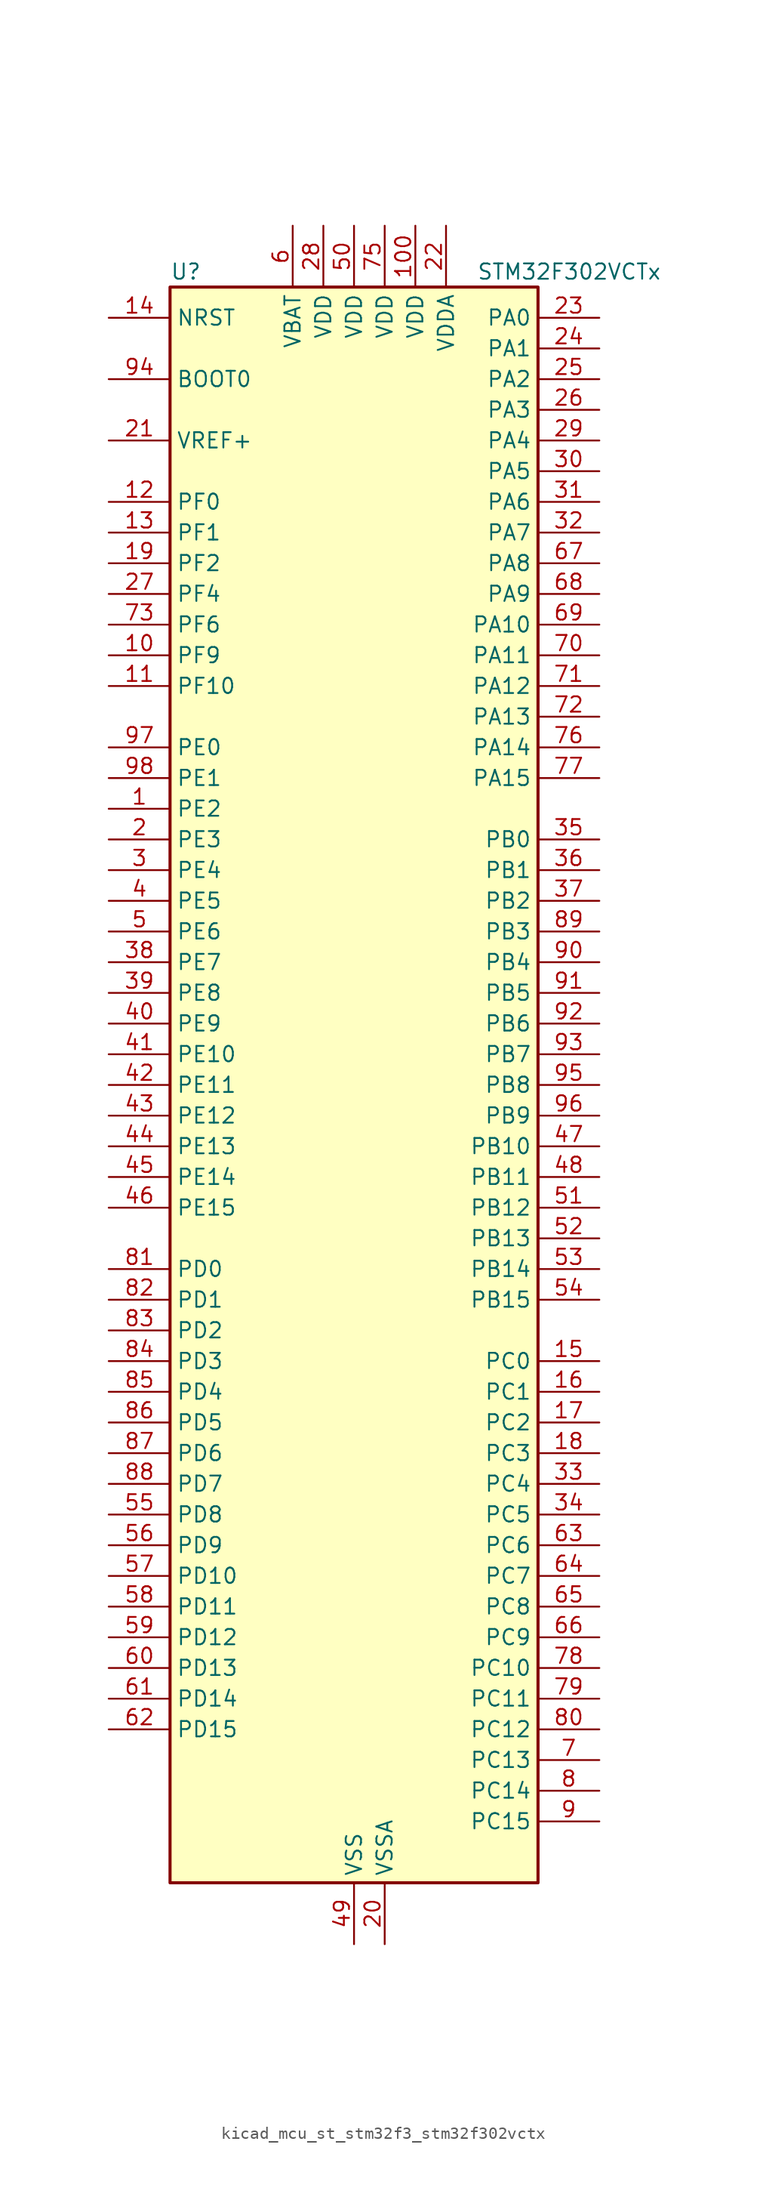
<source format=kicad_sym>
(kicad_symbol_lib
  (version 20220914)
  (generator kicad_symbol_editor)
  (symbol "kicad_mcu_st_stm32f3_stm32f302vctx"
    (property "Reference" "U"
      (at -15.24 67.31 0)
      (effects (font (size 1.27 1.27)) (justify left)))
    (property "Value" "STM32F302VCTx"
      (at 10.16 67.31 0)
      (effects (font (size 1.27 1.27)) (justify left)))
    (property "ki_locked" ""
      (at 0 0 0)
      (effects (font (size 1.27 1.27))))
    (symbol "kicad_mcu_st_stm32f3_stm32f302vctx_0_1"
      (rectangle (start -15.24 -66.04) (end 15.24 66.04) (stroke (width 0.254) (type default)) (fill (type background))))
    (symbol "kicad_mcu_st_stm32f3_stm32f302vctx_1_1"
      (pin bidirectional line (at -20.32 22.86 0) (length 5.08) (name "PE2" (effects (font (size 1.27 1.27)))) (number "1" (effects (font (size 1.27 1.27)))) (alternate "SYS_TRACECK" bidirectional line) (alternate "TIM3_CH1" bidirectional line) (alternate "TSC_G7_IO1" bidirectional line))
      (pin bidirectional line (at -20.32 35.56 0) (length 5.08) (name "PF9" (effects (font (size 1.27 1.27)))) (number "10" (effects (font (size 1.27 1.27)))) (alternate "DAC_EXTI9" bidirectional line) (alternate "SPI2_SCK" bidirectional line) (alternate "TIM15_CH1" bidirectional line))
      (pin power_in line (at 5.08 71.12 270) (length 5.08) (name "VDD" (effects (font (size 1.27 1.27)))) (number "100" (effects (font (size 1.27 1.27)))))
      (pin bidirectional line (at -20.32 33.02 0) (length 5.08) (name "PF10" (effects (font (size 1.27 1.27)))) (number "11" (effects (font (size 1.27 1.27)))) (alternate "SPI2_SCK" bidirectional line) (alternate "TIM15_CH2" bidirectional line))
      (pin bidirectional line (at -20.32 48.26 0) (length 5.08) (name "PF0" (effects (font (size 1.27 1.27)))) (number "12" (effects (font (size 1.27 1.27)))) (alternate "I2C2_SDA" bidirectional line) (alternate "RCC_OSC_IN" bidirectional line) (alternate "TIM1_CH3N" bidirectional line))
      (pin bidirectional line (at -20.32 45.72 0) (length 5.08) (name "PF1" (effects (font (size 1.27 1.27)))) (number "13" (effects (font (size 1.27 1.27)))) (alternate "I2C2_SCL" bidirectional line) (alternate "RCC_OSC_OUT" bidirectional line))
      (pin input line (at -20.32 63.5 0) (length 5.08) (name "NRST" (effects (font (size 1.27 1.27)))) (number "14" (effects (font (size 1.27 1.27)))))
      (pin bidirectional line (at 20.32 -22.86 180) (length 5.08) (name "PC0" (effects (font (size 1.27 1.27)))) (number "15" (effects (font (size 1.27 1.27)))) (alternate "ADC1_IN6" bidirectional line) (alternate "ADC2_IN6" bidirectional line))
      (pin bidirectional line (at 20.32 -25.4 180) (length 5.08) (name "PC1" (effects (font (size 1.27 1.27)))) (number "16" (effects (font (size 1.27 1.27)))) (alternate "ADC1_IN7" bidirectional line) (alternate "ADC2_IN7" bidirectional line))
      (pin bidirectional line (at 20.32 -27.94 180) (length 5.08) (name "PC2" (effects (font (size 1.27 1.27)))) (number "17" (effects (font (size 1.27 1.27)))) (alternate "ADC1_IN8" bidirectional line) (alternate "ADC2_IN8" bidirectional line))
      (pin bidirectional line (at 20.32 -30.48 180) (length 5.08) (name "PC3" (effects (font (size 1.27 1.27)))) (number "18" (effects (font (size 1.27 1.27)))) (alternate "ADC1_IN9" bidirectional line) (alternate "ADC2_IN9" bidirectional line) (alternate "TIM1_BKIN2" bidirectional line))
      (pin bidirectional line (at -20.32 43.18 0) (length 5.08) (name "PF2" (effects (font (size 1.27 1.27)))) (number "19" (effects (font (size 1.27 1.27)))) (alternate "ADC1_IN10" bidirectional line) (alternate "ADC2_IN10" bidirectional line))
      (pin bidirectional line (at -20.32 20.32 0) (length 5.08) (name "PE3" (effects (font (size 1.27 1.27)))) (number "2" (effects (font (size 1.27 1.27)))) (alternate "SYS_TRACED0" bidirectional line) (alternate "TIM3_CH2" bidirectional line) (alternate "TSC_G7_IO2" bidirectional line))
      (pin power_in line (at 2.54 -71.12 90) (length 5.08) (name "VSSA" (effects (font (size 1.27 1.27)))) (number "20" (effects (font (size 1.27 1.27)))))
      (pin input line (at -20.32 53.34 0) (length 5.08) (name "VREF+" (effects (font (size 1.27 1.27)))) (number "21" (effects (font (size 1.27 1.27)))))
      (pin power_in line (at 7.62 71.12 270) (length 5.08) (name "VDDA" (effects (font (size 1.27 1.27)))) (number "22" (effects (font (size 1.27 1.27)))))
      (pin bidirectional line (at 20.32 63.5 180) (length 5.08) (name "PA0" (effects (font (size 1.27 1.27)))) (number "23" (effects (font (size 1.27 1.27)))) (alternate "ADC1_IN1" bidirectional line) (alternate "COMP1_INM" bidirectional line) (alternate "COMP1_OUT" bidirectional line) (alternate "RTC_TAMP2" bidirectional line) (alternate "SYS_WKUP1" bidirectional line) (alternate "TIM2_CH1" bidirectional line) (alternate "TIM2_ETR" bidirectional line) (alternate "TSC_G1_IO1" bidirectional line) (alternate "USART2_CTS" bidirectional line))
      (pin bidirectional line (at 20.32 60.96 180) (length 5.08) (name "PA1" (effects (font (size 1.27 1.27)))) (number "24" (effects (font (size 1.27 1.27)))) (alternate "ADC1_IN2" bidirectional line) (alternate "COMP1_INP" bidirectional line) (alternate "OPAMP1_VINP" bidirectional line) (alternate "OPAMP1_VINP_SEC" bidirectional line) (alternate "RTC_REFIN" bidirectional line) (alternate "TIM15_CH1N" bidirectional line) (alternate "TIM2_CH2" bidirectional line) (alternate "TSC_G1_IO2" bidirectional line) (alternate "USART2_DE" bidirectional line) (alternate "USART2_RTS" bidirectional line))
      (pin bidirectional line (at 20.32 58.42 180) (length 5.08) (name "PA2" (effects (font (size 1.27 1.27)))) (number "25" (effects (font (size 1.27 1.27)))) (alternate "ADC1_IN3" bidirectional line) (alternate "COMP2_INM" bidirectional line) (alternate "COMP2_OUT" bidirectional line) (alternate "OPAMP1_VOUT" bidirectional line) (alternate "TIM15_CH1" bidirectional line) (alternate "TIM2_CH3" bidirectional line) (alternate "TSC_G1_IO3" bidirectional line) (alternate "USART2_TX" bidirectional line))
      (pin bidirectional line (at 20.32 55.88 180) (length 5.08) (name "PA3" (effects (font (size 1.27 1.27)))) (number "26" (effects (font (size 1.27 1.27)))) (alternate "ADC1_IN4" bidirectional line) (alternate "COMP2_INP" bidirectional line) (alternate "OPAMP1_VINM" bidirectional line) (alternate "OPAMP1_VINM_SEC" bidirectional line) (alternate "OPAMP1_VINP" bidirectional line) (alternate "OPAMP1_VINP_SEC" bidirectional line) (alternate "TIM15_CH2" bidirectional line) (alternate "TIM2_CH4" bidirectional line) (alternate "TSC_G1_IO4" bidirectional line) (alternate "USART2_RX" bidirectional line))
      (pin bidirectional line (at -20.32 40.64 0) (length 5.08) (name "PF4" (effects (font (size 1.27 1.27)))) (number "27" (effects (font (size 1.27 1.27)))) (alternate "ADC1_IN5" bidirectional line) (alternate "COMP1_OUT" bidirectional line))
      (pin power_in line (at -2.54 71.12 270) (length 5.08) (name "VDD" (effects (font (size 1.27 1.27)))) (number "28" (effects (font (size 1.27 1.27)))))
      (pin bidirectional line (at 20.32 53.34 180) (length 5.08) (name "PA4" (effects (font (size 1.27 1.27)))) (number "29" (effects (font (size 1.27 1.27)))) (alternate "ADC2_IN1" bidirectional line) (alternate "COMP1_INM" bidirectional line) (alternate "COMP2_INM" bidirectional line) (alternate "COMP4_INM" bidirectional line) (alternate "COMP6_INM" bidirectional line) (alternate "DAC_OUT1" bidirectional line) (alternate "I2S3_WS" bidirectional line) (alternate "SPI1_NSS" bidirectional line) (alternate "SPI3_NSS" bidirectional line) (alternate "TIM3_CH2" bidirectional line) (alternate "TSC_G2_IO1" bidirectional line) (alternate "USART2_CK" bidirectional line))
      (pin bidirectional line (at -20.32 17.78 0) (length 5.08) (name "PE4" (effects (font (size 1.27 1.27)))) (number "3" (effects (font (size 1.27 1.27)))) (alternate "SYS_TRACED1" bidirectional line) (alternate "TIM3_CH3" bidirectional line) (alternate "TSC_G7_IO3" bidirectional line))
      (pin bidirectional line (at 20.32 50.8 180) (length 5.08) (name "PA5" (effects (font (size 1.27 1.27)))) (number "30" (effects (font (size 1.27 1.27)))) (alternate "ADC2_IN2" bidirectional line) (alternate "COMP1_INM" bidirectional line) (alternate "COMP2_INM" bidirectional line) (alternate "COMP4_INM" bidirectional line) (alternate "COMP6_INM" bidirectional line) (alternate "OPAMP1_VINP" bidirectional line) (alternate "OPAMP1_VINP_SEC" bidirectional line) (alternate "OPAMP2_VINM" bidirectional line) (alternate "OPAMP2_VINM_SEC" bidirectional line) (alternate "SPI1_SCK" bidirectional line) (alternate "TIM2_CH1" bidirectional line) (alternate "TIM2_ETR" bidirectional line) (alternate "TSC_G2_IO2" bidirectional line))
      (pin bidirectional line (at 20.32 48.26 180) (length 5.08) (name "PA6" (effects (font (size 1.27 1.27)))) (number "31" (effects (font (size 1.27 1.27)))) (alternate "ADC2_IN3" bidirectional line) (alternate "COMP1_OUT" bidirectional line) (alternate "OPAMP2_VOUT" bidirectional line) (alternate "SPI1_MISO" bidirectional line) (alternate "TIM16_CH1" bidirectional line) (alternate "TIM1_BKIN" bidirectional line) (alternate "TIM3_CH1" bidirectional line) (alternate "TSC_G2_IO3" bidirectional line))
      (pin bidirectional line (at 20.32 45.72 180) (length 5.08) (name "PA7" (effects (font (size 1.27 1.27)))) (number "32" (effects (font (size 1.27 1.27)))) (alternate "ADC2_IN4" bidirectional line) (alternate "COMP2_INP" bidirectional line) (alternate "COMP2_OUT" bidirectional line) (alternate "OPAMP1_VINP" bidirectional line) (alternate "OPAMP1_VINP_SEC" bidirectional line) (alternate "OPAMP2_VINP" bidirectional line) (alternate "OPAMP2_VINP_SEC" bidirectional line) (alternate "SPI1_MOSI" bidirectional line) (alternate "TIM17_CH1" bidirectional line) (alternate "TIM1_CH1N" bidirectional line) (alternate "TIM3_CH2" bidirectional line) (alternate "TSC_G2_IO4" bidirectional line))
      (pin bidirectional line (at 20.32 -33.02 180) (length 5.08) (name "PC4" (effects (font (size 1.27 1.27)))) (number "33" (effects (font (size 1.27 1.27)))) (alternate "ADC2_IN5" bidirectional line) (alternate "USART1_TX" bidirectional line))
      (pin bidirectional line (at 20.32 -35.56 180) (length 5.08) (name "PC5" (effects (font (size 1.27 1.27)))) (number "34" (effects (font (size 1.27 1.27)))) (alternate "ADC2_IN11" bidirectional line) (alternate "OPAMP1_VINM" bidirectional line) (alternate "OPAMP1_VINM_SEC" bidirectional line) (alternate "OPAMP2_VINM" bidirectional line) (alternate "OPAMP2_VINM_SEC" bidirectional line) (alternate "TSC_G3_IO1" bidirectional line) (alternate "USART1_RX" bidirectional line))
      (pin bidirectional line (at 20.32 20.32 180) (length 5.08) (name "PB0" (effects (font (size 1.27 1.27)))) (number "35" (effects (font (size 1.27 1.27)))) (alternate "COMP4_INP" bidirectional line) (alternate "OPAMP2_VINP" bidirectional line) (alternate "OPAMP2_VINP_SEC" bidirectional line) (alternate "TIM1_CH2N" bidirectional line) (alternate "TIM3_CH3" bidirectional line) (alternate "TSC_G3_IO2" bidirectional line))
      (pin bidirectional line (at 20.32 17.78 180) (length 5.08) (name "PB1" (effects (font (size 1.27 1.27)))) (number "36" (effects (font (size 1.27 1.27)))) (alternate "COMP4_OUT" bidirectional line) (alternate "TIM1_CH3N" bidirectional line) (alternate "TIM3_CH4" bidirectional line) (alternate "TSC_G3_IO3" bidirectional line))
      (pin bidirectional line (at 20.32 15.24 180) (length 5.08) (name "PB2" (effects (font (size 1.27 1.27)))) (number "37" (effects (font (size 1.27 1.27)))) (alternate "ADC2_IN12" bidirectional line) (alternate "COMP4_INM" bidirectional line) (alternate "TSC_G3_IO4" bidirectional line))
      (pin bidirectional line (at -20.32 10.16 0) (length 5.08) (name "PE7" (effects (font (size 1.27 1.27)))) (number "38" (effects (font (size 1.27 1.27)))) (alternate "COMP4_INP" bidirectional line) (alternate "TIM1_ETR" bidirectional line))
      (pin bidirectional line (at -20.32 7.62 0) (length 5.08) (name "PE8" (effects (font (size 1.27 1.27)))) (number "39" (effects (font (size 1.27 1.27)))) (alternate "COMP4_INM" bidirectional line) (alternate "TIM1_CH1N" bidirectional line))
      (pin bidirectional line (at -20.32 15.24 0) (length 5.08) (name "PE5" (effects (font (size 1.27 1.27)))) (number "4" (effects (font (size 1.27 1.27)))) (alternate "SYS_TRACED2" bidirectional line) (alternate "TIM3_CH4" bidirectional line) (alternate "TSC_G7_IO4" bidirectional line))
      (pin bidirectional line (at -20.32 5.08 0) (length 5.08) (name "PE9" (effects (font (size 1.27 1.27)))) (number "40" (effects (font (size 1.27 1.27)))) (alternate "DAC_EXTI9" bidirectional line) (alternate "TIM1_CH1" bidirectional line))
      (pin bidirectional line (at -20.32 2.54 0) (length 5.08) (name "PE10" (effects (font (size 1.27 1.27)))) (number "41" (effects (font (size 1.27 1.27)))) (alternate "TIM1_CH2N" bidirectional line))
      (pin bidirectional line (at -20.32 0 0) (length 5.08) (name "PE11" (effects (font (size 1.27 1.27)))) (number "42" (effects (font (size 1.27 1.27)))) (alternate "ADC1_EXTI11" bidirectional line) (alternate "ADC2_EXTI11" bidirectional line) (alternate "TIM1_CH2" bidirectional line))
      (pin bidirectional line (at -20.32 -2.54 0) (length 5.08) (name "PE12" (effects (font (size 1.27 1.27)))) (number "43" (effects (font (size 1.27 1.27)))) (alternate "TIM1_CH3N" bidirectional line))
      (pin bidirectional line (at -20.32 -5.08 0) (length 5.08) (name "PE13" (effects (font (size 1.27 1.27)))) (number "44" (effects (font (size 1.27 1.27)))) (alternate "TIM1_CH3" bidirectional line))
      (pin bidirectional line (at -20.32 -7.62 0) (length 5.08) (name "PE14" (effects (font (size 1.27 1.27)))) (number "45" (effects (font (size 1.27 1.27)))) (alternate "TIM1_BKIN2" bidirectional line) (alternate "TIM1_CH4" bidirectional line))
      (pin bidirectional line (at -20.32 -10.16 0) (length 5.08) (name "PE15" (effects (font (size 1.27 1.27)))) (number "46" (effects (font (size 1.27 1.27)))) (alternate "ADC1_EXTI15" bidirectional line) (alternate "ADC2_EXTI15" bidirectional line) (alternate "TIM1_BKIN" bidirectional line) (alternate "USART3_RX" bidirectional line))
      (pin bidirectional line (at 20.32 -5.08 180) (length 5.08) (name "PB10" (effects (font (size 1.27 1.27)))) (number "47" (effects (font (size 1.27 1.27)))) (alternate "TIM2_CH3" bidirectional line) (alternate "TSC_SYNC" bidirectional line) (alternate "USART3_TX" bidirectional line))
      (pin bidirectional line (at 20.32 -7.62 180) (length 5.08) (name "PB11" (effects (font (size 1.27 1.27)))) (number "48" (effects (font (size 1.27 1.27)))) (alternate "ADC1_EXTI11" bidirectional line) (alternate "ADC2_EXTI11" bidirectional line) (alternate "COMP6_INP" bidirectional line) (alternate "TIM2_CH4" bidirectional line) (alternate "TSC_G6_IO1" bidirectional line) (alternate "USART3_RX" bidirectional line))
      (pin power_in line (at 0 -71.12 90) (length 5.08) (name "VSS" (effects (font (size 1.27 1.27)))) (number "49" (effects (font (size 1.27 1.27)))))
      (pin bidirectional line (at -20.32 12.7 0) (length 5.08) (name "PE6" (effects (font (size 1.27 1.27)))) (number "5" (effects (font (size 1.27 1.27)))) (alternate "RTC_TAMP3" bidirectional line) (alternate "SYS_TRACED3" bidirectional line) (alternate "SYS_WKUP3" bidirectional line))
      (pin power_in line (at 0 71.12 270) (length 5.08) (name "VDD" (effects (font (size 1.27 1.27)))) (number "50" (effects (font (size 1.27 1.27)))))
      (pin bidirectional line (at 20.32 -10.16 180) (length 5.08) (name "PB12" (effects (font (size 1.27 1.27)))) (number "51" (effects (font (size 1.27 1.27)))) (alternate "I2C2_SMBA" bidirectional line) (alternate "I2S2_WS" bidirectional line) (alternate "SPI2_NSS" bidirectional line) (alternate "TIM1_BKIN" bidirectional line) (alternate "TSC_G6_IO2" bidirectional line) (alternate "USART3_CK" bidirectional line))
      (pin bidirectional line (at 20.32 -12.7 180) (length 5.08) (name "PB13" (effects (font (size 1.27 1.27)))) (number "52" (effects (font (size 1.27 1.27)))) (alternate "I2S2_CK" bidirectional line) (alternate "SPI2_SCK" bidirectional line) (alternate "TIM1_CH1N" bidirectional line) (alternate "TSC_G6_IO3" bidirectional line) (alternate "USART3_CTS" bidirectional line))
      (pin bidirectional line (at 20.32 -15.24 180) (length 5.08) (name "PB14" (effects (font (size 1.27 1.27)))) (number "53" (effects (font (size 1.27 1.27)))) (alternate "I2S2_ext_SD" bidirectional line) (alternate "OPAMP2_VINP" bidirectional line) (alternate "OPAMP2_VINP_SEC" bidirectional line) (alternate "SPI2_MISO" bidirectional line) (alternate "TIM15_CH1" bidirectional line) (alternate "TIM1_CH2N" bidirectional line) (alternate "TSC_G6_IO4" bidirectional line) (alternate "USART3_DE" bidirectional line) (alternate "USART3_RTS" bidirectional line))
      (pin bidirectional line (at 20.32 -17.78 180) (length 5.08) (name "PB15" (effects (font (size 1.27 1.27)))) (number "54" (effects (font (size 1.27 1.27)))) (alternate "ADC1_EXTI15" bidirectional line) (alternate "ADC2_EXTI15" bidirectional line) (alternate "COMP6_INM" bidirectional line) (alternate "I2S2_SD" bidirectional line) (alternate "RTC_REFIN" bidirectional line) (alternate "SPI2_MOSI" bidirectional line) (alternate "TIM15_CH1N" bidirectional line) (alternate "TIM15_CH2" bidirectional line) (alternate "TIM1_CH3N" bidirectional line))
      (pin bidirectional line (at -20.32 -35.56 0) (length 5.08) (name "PD8" (effects (font (size 1.27 1.27)))) (number "55" (effects (font (size 1.27 1.27)))) (alternate "USART3_TX" bidirectional line))
      (pin bidirectional line (at -20.32 -38.1 0) (length 5.08) (name "PD9" (effects (font (size 1.27 1.27)))) (number "56" (effects (font (size 1.27 1.27)))) (alternate "DAC_EXTI9" bidirectional line) (alternate "USART3_RX" bidirectional line))
      (pin bidirectional line (at -20.32 -40.64 0) (length 5.08) (name "PD10" (effects (font (size 1.27 1.27)))) (number "57" (effects (font (size 1.27 1.27)))) (alternate "COMP6_INM" bidirectional line) (alternate "USART3_CK" bidirectional line))
      (pin bidirectional line (at -20.32 -43.18 0) (length 5.08) (name "PD11" (effects (font (size 1.27 1.27)))) (number "58" (effects (font (size 1.27 1.27)))) (alternate "ADC1_EXTI11" bidirectional line) (alternate "ADC2_EXTI11" bidirectional line) (alternate "COMP6_INP" bidirectional line) (alternate "USART3_CTS" bidirectional line))
      (pin bidirectional line (at -20.32 -45.72 0) (length 5.08) (name "PD12" (effects (font (size 1.27 1.27)))) (number "59" (effects (font (size 1.27 1.27)))) (alternate "TIM4_CH1" bidirectional line) (alternate "TSC_G8_IO1" bidirectional line) (alternate "USART3_DE" bidirectional line) (alternate "USART3_RTS" bidirectional line))
      (pin power_in line (at -5.08 71.12 270) (length 5.08) (name "VBAT" (effects (font (size 1.27 1.27)))) (number "6" (effects (font (size 1.27 1.27)))))
      (pin bidirectional line (at -20.32 -48.26 0) (length 5.08) (name "PD13" (effects (font (size 1.27 1.27)))) (number "60" (effects (font (size 1.27 1.27)))) (alternate "TIM4_CH2" bidirectional line) (alternate "TSC_G8_IO2" bidirectional line))
      (pin bidirectional line (at -20.32 -50.8 0) (length 5.08) (name "PD14" (effects (font (size 1.27 1.27)))) (number "61" (effects (font (size 1.27 1.27)))) (alternate "OPAMP2_VINP" bidirectional line) (alternate "OPAMP2_VINP_SEC" bidirectional line) (alternate "TIM4_CH3" bidirectional line) (alternate "TSC_G8_IO3" bidirectional line))
      (pin bidirectional line (at -20.32 -53.34 0) (length 5.08) (name "PD15" (effects (font (size 1.27 1.27)))) (number "62" (effects (font (size 1.27 1.27)))) (alternate "ADC1_EXTI15" bidirectional line) (alternate "ADC2_EXTI15" bidirectional line) (alternate "SPI2_NSS" bidirectional line) (alternate "TIM4_CH4" bidirectional line) (alternate "TSC_G8_IO4" bidirectional line))
      (pin bidirectional line (at 20.32 -38.1 180) (length 5.08) (name "PC6" (effects (font (size 1.27 1.27)))) (number "63" (effects (font (size 1.27 1.27)))) (alternate "COMP6_OUT" bidirectional line) (alternate "I2S2_MCK" bidirectional line) (alternate "TIM3_CH1" bidirectional line))
      (pin bidirectional line (at 20.32 -40.64 180) (length 5.08) (name "PC7" (effects (font (size 1.27 1.27)))) (number "64" (effects (font (size 1.27 1.27)))) (alternate "I2S3_MCK" bidirectional line) (alternate "TIM3_CH2" bidirectional line))
      (pin bidirectional line (at 20.32 -43.18 180) (length 5.08) (name "PC8" (effects (font (size 1.27 1.27)))) (number "65" (effects (font (size 1.27 1.27)))) (alternate "TIM3_CH3" bidirectional line))
      (pin bidirectional line (at 20.32 -45.72 180) (length 5.08) (name "PC9" (effects (font (size 1.27 1.27)))) (number "66" (effects (font (size 1.27 1.27)))) (alternate "DAC_EXTI9" bidirectional line) (alternate "I2S_CKIN" bidirectional line) (alternate "TIM3_CH4" bidirectional line))
      (pin bidirectional line (at 20.32 43.18 180) (length 5.08) (name "PA8" (effects (font (size 1.27 1.27)))) (number "67" (effects (font (size 1.27 1.27)))) (alternate "I2C2_SMBA" bidirectional line) (alternate "I2S2_MCK" bidirectional line) (alternate "RCC_MCO" bidirectional line) (alternate "TIM1_CH1" bidirectional line) (alternate "TIM4_ETR" bidirectional line) (alternate "USART1_CK" bidirectional line))
      (pin bidirectional line (at 20.32 40.64 180) (length 5.08) (name "PA9" (effects (font (size 1.27 1.27)))) (number "68" (effects (font (size 1.27 1.27)))) (alternate "DAC_EXTI9" bidirectional line) (alternate "I2C2_SCL" bidirectional line) (alternate "I2S3_MCK" bidirectional line) (alternate "TIM15_BKIN" bidirectional line) (alternate "TIM1_CH2" bidirectional line) (alternate "TIM2_CH3" bidirectional line) (alternate "TSC_G4_IO1" bidirectional line) (alternate "USART1_TX" bidirectional line))
      (pin bidirectional line (at 20.32 38.1 180) (length 5.08) (name "PA10" (effects (font (size 1.27 1.27)))) (number "69" (effects (font (size 1.27 1.27)))) (alternate "COMP6_OUT" bidirectional line) (alternate "I2C2_SDA" bidirectional line) (alternate "TIM17_BKIN" bidirectional line) (alternate "TIM1_CH3" bidirectional line) (alternate "TIM2_CH4" bidirectional line) (alternate "TSC_G4_IO2" bidirectional line) (alternate "USART1_RX" bidirectional line))
      (pin bidirectional line (at 20.32 -55.88 180) (length 5.08) (name "PC13" (effects (font (size 1.27 1.27)))) (number "7" (effects (font (size 1.27 1.27)))) (alternate "RTC_OUT_ALARM" bidirectional line) (alternate "RTC_OUT_CALIB" bidirectional line) (alternate "RTC_TAMP1" bidirectional line) (alternate "RTC_TS" bidirectional line) (alternate "SYS_WKUP2" bidirectional line) (alternate "TIM1_CH1N" bidirectional line))
      (pin bidirectional line (at 20.32 35.56 180) (length 5.08) (name "PA11" (effects (font (size 1.27 1.27)))) (number "70" (effects (font (size 1.27 1.27)))) (alternate "ADC1_EXTI11" bidirectional line) (alternate "ADC2_EXTI11" bidirectional line) (alternate "CAN_RX" bidirectional line) (alternate "COMP1_OUT" bidirectional line) (alternate "TIM1_BKIN2" bidirectional line) (alternate "TIM1_CH1N" bidirectional line) (alternate "TIM1_CH4" bidirectional line) (alternate "TIM4_CH1" bidirectional line) (alternate "USART1_CTS" bidirectional line) (alternate "USB_DM" bidirectional line))
      (pin bidirectional line (at 20.32 33.02 180) (length 5.08) (name "PA12" (effects (font (size 1.27 1.27)))) (number "71" (effects (font (size 1.27 1.27)))) (alternate "CAN_TX" bidirectional line) (alternate "COMP2_OUT" bidirectional line) (alternate "TIM16_CH1" bidirectional line) (alternate "TIM1_CH2N" bidirectional line) (alternate "TIM1_ETR" bidirectional line) (alternate "TIM4_CH2" bidirectional line) (alternate "USART1_DE" bidirectional line) (alternate "USART1_RTS" bidirectional line) (alternate "USB_DP" bidirectional line))
      (pin bidirectional line (at 20.32 30.48 180) (length 5.08) (name "PA13" (effects (font (size 1.27 1.27)))) (number "72" (effects (font (size 1.27 1.27)))) (alternate "IR_OUT" bidirectional line) (alternate "SYS_JTMS-SWDIO" bidirectional line) (alternate "TIM16_CH1N" bidirectional line) (alternate "TIM4_CH3" bidirectional line) (alternate "TSC_G4_IO3" bidirectional line) (alternate "USART3_CTS" bidirectional line))
      (pin bidirectional line (at -20.32 38.1 0) (length 5.08) (name "PF6" (effects (font (size 1.27 1.27)))) (number "73" (effects (font (size 1.27 1.27)))) (alternate "I2C2_SCL" bidirectional line) (alternate "TIM4_CH4" bidirectional line) (alternate "USART3_DE" bidirectional line) (alternate "USART3_RTS" bidirectional line))
      (pin passive line (at 0 -71.12 90) (length 5.08) hide (name "VSS" (effects (font (size 1.27 1.27)))) (number "74" (effects (font (size 1.27 1.27)))))
      (pin power_in line (at 2.54 71.12 270) (length 5.08) (name "VDD" (effects (font (size 1.27 1.27)))) (number "75" (effects (font (size 1.27 1.27)))))
      (pin bidirectional line (at 20.32 27.94 180) (length 5.08) (name "PA14" (effects (font (size 1.27 1.27)))) (number "76" (effects (font (size 1.27 1.27)))) (alternate "I2C1_SDA" bidirectional line) (alternate "SYS_JTCK-SWCLK" bidirectional line) (alternate "TIM1_BKIN" bidirectional line) (alternate "TSC_G4_IO4" bidirectional line) (alternate "USART2_TX" bidirectional line))
      (pin bidirectional line (at 20.32 25.4 180) (length 5.08) (name "PA15" (effects (font (size 1.27 1.27)))) (number "77" (effects (font (size 1.27 1.27)))) (alternate "ADC1_EXTI15" bidirectional line) (alternate "ADC2_EXTI15" bidirectional line) (alternate "I2C1_SCL" bidirectional line) (alternate "I2S3_WS" bidirectional line) (alternate "SPI1_NSS" bidirectional line) (alternate "SPI3_NSS" bidirectional line) (alternate "SYS_JTDI" bidirectional line) (alternate "TIM1_BKIN" bidirectional line) (alternate "TIM2_CH1" bidirectional line) (alternate "TIM2_ETR" bidirectional line) (alternate "USART2_RX" bidirectional line))
      (pin bidirectional line (at 20.32 -48.26 180) (length 5.08) (name "PC10" (effects (font (size 1.27 1.27)))) (number "78" (effects (font (size 1.27 1.27)))) (alternate "I2S3_CK" bidirectional line) (alternate "SPI3_SCK" bidirectional line) (alternate "UART4_TX" bidirectional line) (alternate "USART3_TX" bidirectional line))
      (pin bidirectional line (at 20.32 -50.8 180) (length 5.08) (name "PC11" (effects (font (size 1.27 1.27)))) (number "79" (effects (font (size 1.27 1.27)))) (alternate "ADC1_EXTI11" bidirectional line) (alternate "ADC2_EXTI11" bidirectional line) (alternate "I2S3_ext_SD" bidirectional line) (alternate "SPI3_MISO" bidirectional line) (alternate "UART4_RX" bidirectional line) (alternate "USART3_RX" bidirectional line))
      (pin bidirectional line (at 20.32 -58.42 180) (length 5.08) (name "PC14" (effects (font (size 1.27 1.27)))) (number "8" (effects (font (size 1.27 1.27)))) (alternate "RCC_OSC32_IN" bidirectional line))
      (pin bidirectional line (at 20.32 -53.34 180) (length 5.08) (name "PC12" (effects (font (size 1.27 1.27)))) (number "80" (effects (font (size 1.27 1.27)))) (alternate "I2S3_SD" bidirectional line) (alternate "SPI3_MOSI" bidirectional line) (alternate "UART5_TX" bidirectional line) (alternate "USART3_CK" bidirectional line))
      (pin bidirectional line (at -20.32 -15.24 0) (length 5.08) (name "PD0" (effects (font (size 1.27 1.27)))) (number "81" (effects (font (size 1.27 1.27)))) (alternate "CAN_RX" bidirectional line))
      (pin bidirectional line (at -20.32 -17.78 0) (length 5.08) (name "PD1" (effects (font (size 1.27 1.27)))) (number "82" (effects (font (size 1.27 1.27)))) (alternate "CAN_TX" bidirectional line))
      (pin bidirectional line (at -20.32 -20.32 0) (length 5.08) (name "PD2" (effects (font (size 1.27 1.27)))) (number "83" (effects (font (size 1.27 1.27)))) (alternate "TIM3_ETR" bidirectional line) (alternate "UART5_RX" bidirectional line))
      (pin bidirectional line (at -20.32 -22.86 0) (length 5.08) (name "PD3" (effects (font (size 1.27 1.27)))) (number "84" (effects (font (size 1.27 1.27)))) (alternate "TIM2_CH1" bidirectional line) (alternate "TIM2_ETR" bidirectional line) (alternate "USART2_CTS" bidirectional line))
      (pin bidirectional line (at -20.32 -25.4 0) (length 5.08) (name "PD4" (effects (font (size 1.27 1.27)))) (number "85" (effects (font (size 1.27 1.27)))) (alternate "TIM2_CH2" bidirectional line) (alternate "USART2_DE" bidirectional line) (alternate "USART2_RTS" bidirectional line))
      (pin bidirectional line (at -20.32 -27.94 0) (length 5.08) (name "PD5" (effects (font (size 1.27 1.27)))) (number "86" (effects (font (size 1.27 1.27)))) (alternate "USART2_TX" bidirectional line))
      (pin bidirectional line (at -20.32 -30.48 0) (length 5.08) (name "PD6" (effects (font (size 1.27 1.27)))) (number "87" (effects (font (size 1.27 1.27)))) (alternate "TIM2_CH4" bidirectional line) (alternate "USART2_RX" bidirectional line))
      (pin bidirectional line (at -20.32 -33.02 0) (length 5.08) (name "PD7" (effects (font (size 1.27 1.27)))) (number "88" (effects (font (size 1.27 1.27)))) (alternate "TIM2_CH3" bidirectional line) (alternate "USART2_CK" bidirectional line))
      (pin bidirectional line (at 20.32 12.7 180) (length 5.08) (name "PB3" (effects (font (size 1.27 1.27)))) (number "89" (effects (font (size 1.27 1.27)))) (alternate "I2S3_CK" bidirectional line) (alternate "SPI1_SCK" bidirectional line) (alternate "SPI3_SCK" bidirectional line) (alternate "SYS_JTDO-TRACESWO" bidirectional line) (alternate "TIM2_CH2" bidirectional line) (alternate "TIM3_ETR" bidirectional line) (alternate "TIM4_ETR" bidirectional line) (alternate "TSC_G5_IO1" bidirectional line) (alternate "USART2_TX" bidirectional line))
      (pin bidirectional line (at 20.32 -60.96 180) (length 5.08) (name "PC15" (effects (font (size 1.27 1.27)))) (number "9" (effects (font (size 1.27 1.27)))) (alternate "ADC1_EXTI15" bidirectional line) (alternate "ADC2_EXTI15" bidirectional line) (alternate "RCC_OSC32_OUT" bidirectional line))
      (pin bidirectional line (at 20.32 10.16 180) (length 5.08) (name "PB4" (effects (font (size 1.27 1.27)))) (number "90" (effects (font (size 1.27 1.27)))) (alternate "I2S3_ext_SD" bidirectional line) (alternate "SPI1_MISO" bidirectional line) (alternate "SPI3_MISO" bidirectional line) (alternate "SYS_NJTRST" bidirectional line) (alternate "TIM16_CH1" bidirectional line) (alternate "TIM17_BKIN" bidirectional line) (alternate "TIM3_CH1" bidirectional line) (alternate "TSC_G5_IO2" bidirectional line) (alternate "USART2_RX" bidirectional line))
      (pin bidirectional line (at 20.32 7.62 180) (length 5.08) (name "PB5" (effects (font (size 1.27 1.27)))) (number "91" (effects (font (size 1.27 1.27)))) (alternate "I2C1_SMBA" bidirectional line) (alternate "I2S3_SD" bidirectional line) (alternate "SPI1_MOSI" bidirectional line) (alternate "SPI3_MOSI" bidirectional line) (alternate "TIM16_BKIN" bidirectional line) (alternate "TIM17_CH1" bidirectional line) (alternate "TIM3_CH2" bidirectional line) (alternate "USART2_CK" bidirectional line))
      (pin bidirectional line (at 20.32 5.08 180) (length 5.08) (name "PB6" (effects (font (size 1.27 1.27)))) (number "92" (effects (font (size 1.27 1.27)))) (alternate "I2C1_SCL" bidirectional line) (alternate "TIM16_CH1N" bidirectional line) (alternate "TIM4_CH1" bidirectional line) (alternate "TSC_G5_IO3" bidirectional line) (alternate "USART1_TX" bidirectional line))
      (pin bidirectional line (at 20.32 2.54 180) (length 5.08) (name "PB7" (effects (font (size 1.27 1.27)))) (number "93" (effects (font (size 1.27 1.27)))) (alternate "I2C1_SDA" bidirectional line) (alternate "TIM17_CH1N" bidirectional line) (alternate "TIM3_CH4" bidirectional line) (alternate "TIM4_CH2" bidirectional line) (alternate "TSC_G5_IO4" bidirectional line) (alternate "USART1_RX" bidirectional line))
      (pin input line (at -20.32 58.42 0) (length 5.08) (name "BOOT0" (effects (font (size 1.27 1.27)))) (number "94" (effects (font (size 1.27 1.27)))))
      (pin bidirectional line (at 20.32 0 180) (length 5.08) (name "PB8" (effects (font (size 1.27 1.27)))) (number "95" (effects (font (size 1.27 1.27)))) (alternate "CAN_RX" bidirectional line) (alternate "COMP1_OUT" bidirectional line) (alternate "I2C1_SCL" bidirectional line) (alternate "TIM16_CH1" bidirectional line) (alternate "TIM1_BKIN" bidirectional line) (alternate "TIM4_CH3" bidirectional line) (alternate "TSC_SYNC" bidirectional line))
      (pin bidirectional line (at 20.32 -2.54 180) (length 5.08) (name "PB9" (effects (font (size 1.27 1.27)))) (number "96" (effects (font (size 1.27 1.27)))) (alternate "CAN_TX" bidirectional line) (alternate "COMP2_OUT" bidirectional line) (alternate "DAC_EXTI9" bidirectional line) (alternate "I2C1_SDA" bidirectional line) (alternate "IR_OUT" bidirectional line) (alternate "TIM17_CH1" bidirectional line) (alternate "TIM4_CH4" bidirectional line))
      (pin bidirectional line (at -20.32 27.94 0) (length 5.08) (name "PE0" (effects (font (size 1.27 1.27)))) (number "97" (effects (font (size 1.27 1.27)))) (alternate "TIM16_CH1" bidirectional line) (alternate "TIM4_ETR" bidirectional line) (alternate "USART1_TX" bidirectional line))
      (pin bidirectional line (at -20.32 25.4 0) (length 5.08) (name "PE1" (effects (font (size 1.27 1.27)))) (number "98" (effects (font (size 1.27 1.27)))) (alternate "TIM17_CH1" bidirectional line) (alternate "USART1_RX" bidirectional line))
      (pin passive line (at 0 -71.12 90) (length 5.08) hide (name "VSS" (effects (font (size 1.27 1.27)))) (number "99" (effects (font (size 1.27 1.27))))))))
</source>
